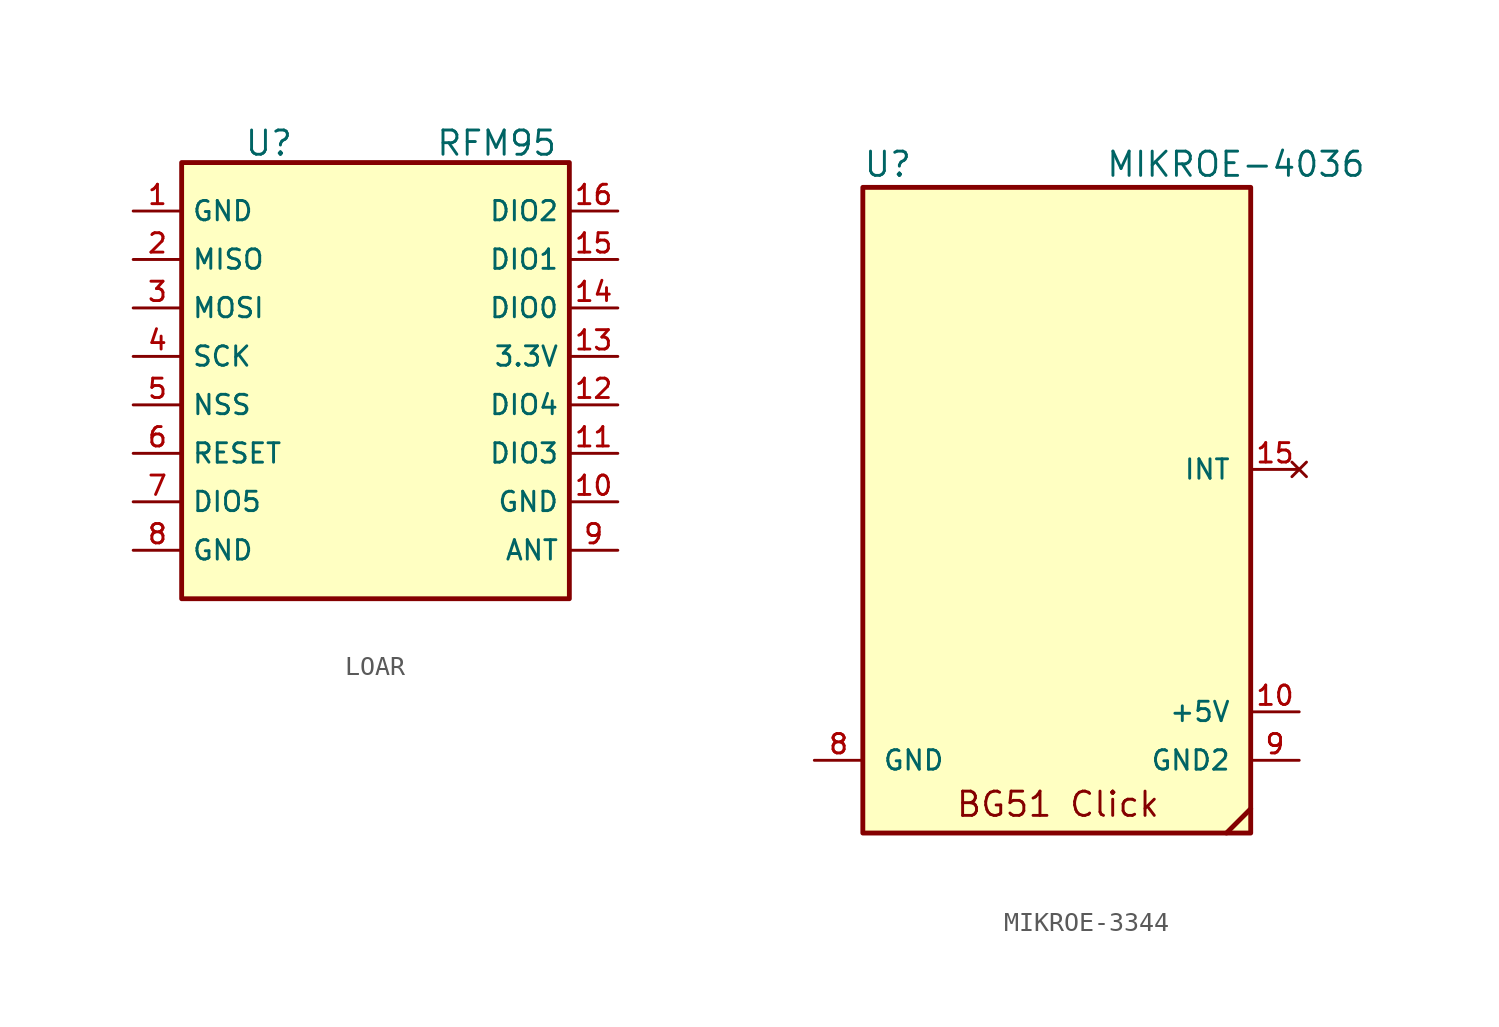
<source format=kicad_sym>
(kicad_symbol_lib
  (version 20231120)
  (generator "kicad_symbol_editor")
  (generator_version "8.0")
  (symbol "LOAR"
    (property "Reference" "U"
      (at -4.318 1.016 0)
      (effects (font (size 1.27 1.27))))
    (property "Value" "RFM95"
      (at 7.62 1.016 0)
      (effects (font (size 1.27 1.27))))
    (property "ki_locked" ""
      (at 0 0 0)
      (effects (font (size 1.27 1.27))))
    (symbol "LOAR_0_0"
      (rectangle (start -8.89 0) (end 11.43 -22.86) (stroke (width 0.254) (type default)) (fill (type background))))
    (symbol "LOAR_1_0"
      (pin input line (at -11.43 -2.54 0) (length 2.54) (name "GND" (effects (font (size 1.016 1.016)))) (number "1" (effects (font (size 1.016 1.016)))))
      (pin input line (at 13.97 -17.78 180) (length 2.54) (name "GND" (effects (font (size 1.016 1.016)))) (number "10" (effects (font (size 1.016 1.016)))))
      (pin input line (at 13.97 -15.24 180) (length 2.54) (name "DIO3" (effects (font (size 1.016 1.016)))) (number "11" (effects (font (size 1.016 1.016)))))
      (pin input line (at 13.97 -12.7 180) (length 2.54) (name "DIO4" (effects (font (size 1.016 1.016)))) (number "12" (effects (font (size 1.016 1.016)))))
      (pin input line (at 13.97 -10.16 180) (length 2.54) (name "3.3V" (effects (font (size 1.016 1.016)))) (number "13" (effects (font (size 1.016 1.016)))))
      (pin input line (at 13.97 -7.62 180) (length 2.54) (name "DIO0" (effects (font (size 1.016 1.016)))) (number "14" (effects (font (size 1.016 1.016)))))
      (pin input line (at 13.97 -5.08 180) (length 2.54) (name "DIO1" (effects (font (size 1.016 1.016)))) (number "15" (effects (font (size 1.016 1.016)))))
      (pin input line (at 13.97 -2.54 180) (length 2.54) (name "DIO2" (effects (font (size 1.016 1.016)))) (number "16" (effects (font (size 1.016 1.016)))))
      (pin input line (at -11.43 -5.08 0) (length 2.54) (name "MISO" (effects (font (size 1.016 1.016)))) (number "2" (effects (font (size 1.016 1.016)))))
      (pin input line (at -11.43 -7.62 0) (length 2.54) (name "MOSI" (effects (font (size 1.016 1.016)))) (number "3" (effects (font (size 1.016 1.016)))))
      (pin input line (at -11.43 -10.16 0) (length 2.54) (name "SCK" (effects (font (size 1.016 1.016)))) (number "4" (effects (font (size 1.016 1.016)))))
      (pin input line (at -11.43 -12.7 0) (length 2.54) (name "NSS" (effects (font (size 1.016 1.016)))) (number "5" (effects (font (size 1.016 1.016)))))
      (pin input line (at -11.43 -15.24 0) (length 2.54) (name "RESET" (effects (font (size 1.016 1.016)))) (number "6" (effects (font (size 1.016 1.016)))))
      (pin input line (at -11.43 -17.78 0) (length 2.54) (name "DIO5" (effects (font (size 1.016 1.016)))) (number "7" (effects (font (size 1.016 1.016)))))
      (pin input line (at -11.43 -20.32 0) (length 2.54) (name "GND" (effects (font (size 1.016 1.016)))) (number "8" (effects (font (size 1.016 1.016)))))
      (pin input line (at 13.97 -20.32 180) (length 2.54) (name "ANT" (effects (font (size 1.016 1.016)))) (number "9" (effects (font (size 1.016 1.016)))))))
  (symbol "MIKROE-3344"
    (pin_names
      (offset 1.016))
    (property "Reference" "U"
      (at -10.16 22.86 0)
      (effects (font (size 1.27 1.27)) (justify left bottom)))
    (property "Value" "MIKROE-4036"
      (at 2.54 22.86 0)
      (effects (font (size 1.27 1.27)) (justify left bottom)))
    (symbol "MIKROE-3344_0_0"
      (rectangle (start -10.16 22.395) (end 10.16 -11.43) (stroke (width 0.254) (type default)) (fill (type background)))
      (polyline (pts (xy 8.89 -11.43) (xy 10.16 -10.16)) (stroke (width 0.254) (type default)) (fill (type none)))
      (pin power_in line (at 12.7 -5.08 180) (length 2.54) (name "+5V" (effects (font (size 1.016 1.016)))) (number "10" (effects (font (size 1.016 1.016)))))
      (pin power_in line (at -12.7 -7.62 0) (length 2.54) (name "GND" (effects (font (size 1.016 1.016)))) (number "8" (effects (font (size 1.016 1.016)))))
      (pin power_in line (at 12.7 -7.62 180) (length 2.54) (name "GND2" (effects (font (size 1.016 1.016)))) (number "9" (effects (font (size 1.016 1.016))))))
    (symbol "MIKROE-3344_1_0"
      (text "BG51 Click" (at -5.334 -10.668 0) (effects (font (size 1.27 1.27)) (justify left bottom)))
      (pin no_connect line (at 12.7 7.62 180) (length 2.54) (name "INT" (effects (font (size 1.016 1.016)))) (number "15" (effects (font (size 1.016 1.016))))))))
</source>
